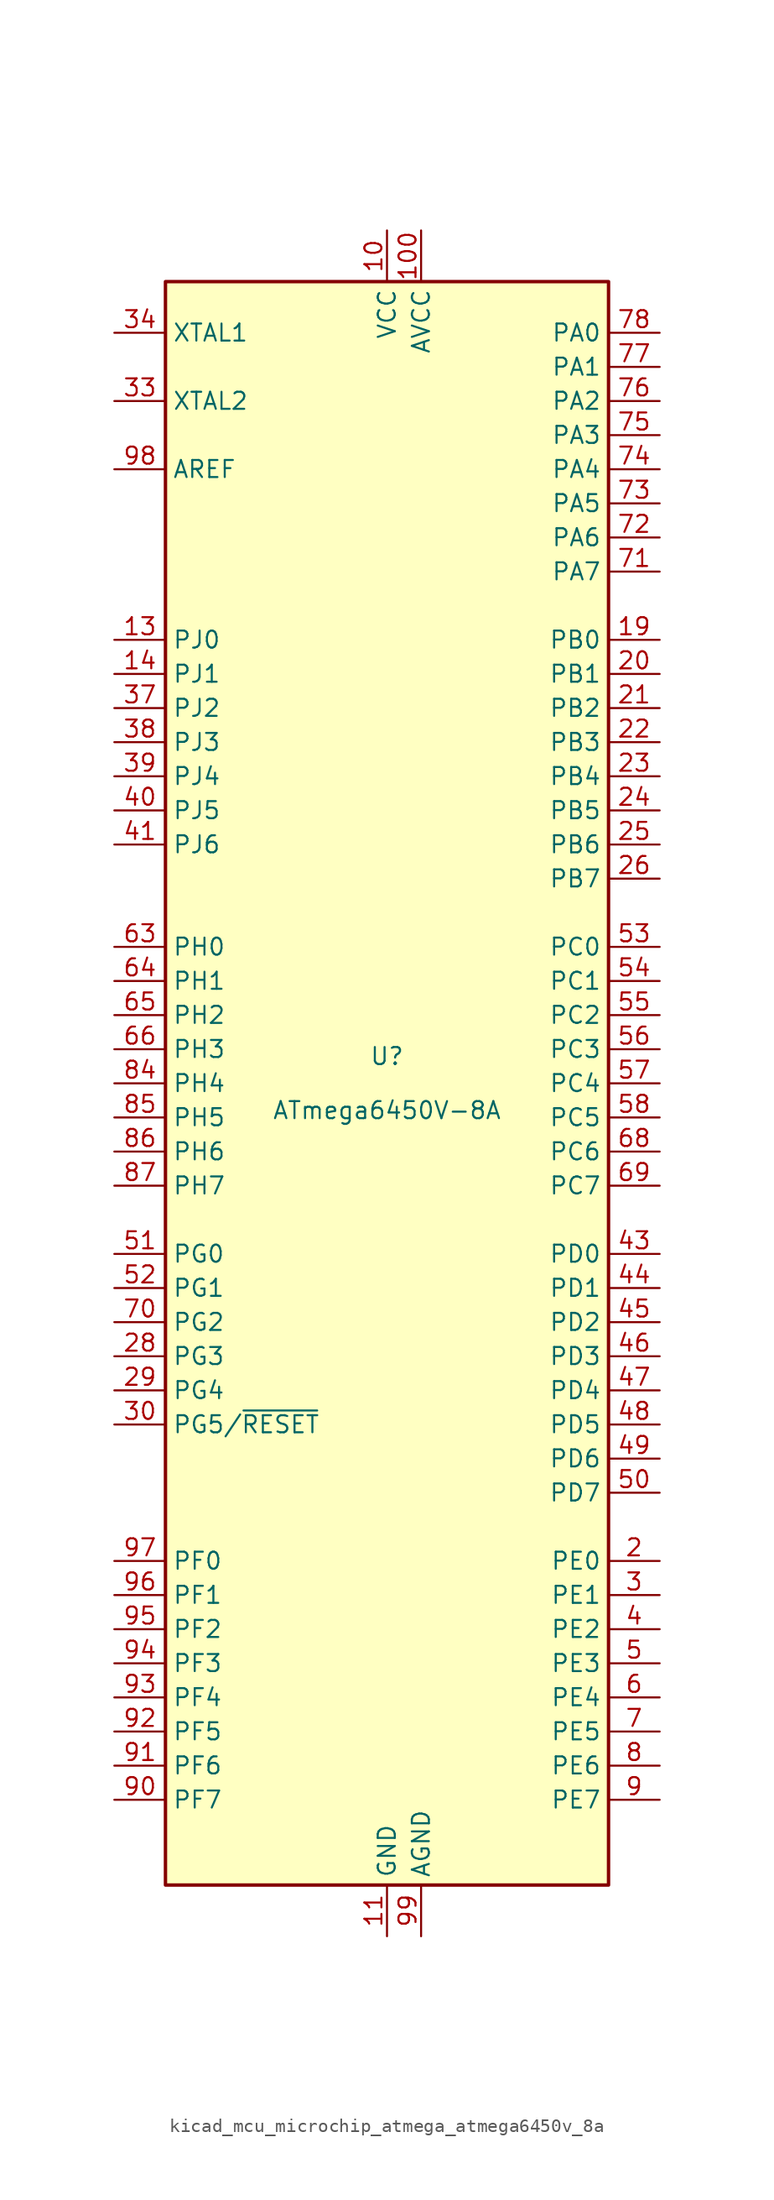
<source format=kicad_sym>
(kicad_symbol_lib
  (version 20220914)
  (generator kicad_symbol_editor)
  (symbol "kicad_mcu_microchip_atmega_atmega6450v_8a"
    (property "Reference" "U"
      (at 0 1.27 0)
      (effects (font (size 1.27 1.27)) (justify bottom)))
    (property "Value" "ATmega6450V-8A"
      (at 0 -1.27 0)
      (effects (font (size 1.27 1.27)) (justify top)))
    (symbol "kicad_mcu_microchip_atmega_atmega6450v_8a_0_1"
      (rectangle (start -16.51 -59.69) (end 16.51 59.69) (stroke (width 0.254) (type default)) (fill (type background))))
    (symbol "kicad_mcu_microchip_atmega_atmega6450v_8a_1_1"
      (pin no_connect line (at -15.24 40.64 0) (length 2.54) hide (name "NC" (effects (font (size 1.27 1.27)))) (number "1" (effects (font (size 1.27 1.27)))))
      (pin power_in line (at 0 63.5 270) (length 3.81) (name "VCC" (effects (font (size 1.27 1.27)))) (number "10" (effects (font (size 1.27 1.27)))))
      (pin power_in line (at 2.54 63.5 270) (length 3.81) (name "AVCC" (effects (font (size 1.27 1.27)))) (number "100" (effects (font (size 1.27 1.27)))))
      (pin power_in line (at 0 -63.5 90) (length 3.81) (name "GND" (effects (font (size 1.27 1.27)))) (number "11" (effects (font (size 1.27 1.27)))))
      (pin no_connect line (at -15.24 38.1 0) (length 2.54) hide (name "NC" (effects (font (size 1.27 1.27)))) (number "12" (effects (font (size 1.27 1.27)))))
      (pin bidirectional line (at -20.32 33.02 0) (length 3.81) (name "PJ0" (effects (font (size 1.27 1.27)))) (number "13" (effects (font (size 1.27 1.27)))))
      (pin bidirectional line (at -20.32 30.48 0) (length 3.81) (name "PJ1" (effects (font (size 1.27 1.27)))) (number "14" (effects (font (size 1.27 1.27)))))
      (pin no_connect line (at -15.24 35.56 0) (length 2.54) hide (name "NC" (effects (font (size 1.27 1.27)))) (number "15" (effects (font (size 1.27 1.27)))))
      (pin no_connect line (at -15.24 15.24 0) (length 2.54) hide (name "NC" (effects (font (size 1.27 1.27)))) (number "16" (effects (font (size 1.27 1.27)))))
      (pin no_connect line (at -15.24 12.7 0) (length 2.54) hide (name "NC" (effects (font (size 1.27 1.27)))) (number "17" (effects (font (size 1.27 1.27)))))
      (pin no_connect line (at -15.24 -10.16 0) (length 2.54) hide (name "NC" (effects (font (size 1.27 1.27)))) (number "18" (effects (font (size 1.27 1.27)))))
      (pin bidirectional line (at 20.32 33.02 180) (length 3.81) (name "PB0" (effects (font (size 1.27 1.27)))) (number "19" (effects (font (size 1.27 1.27)))))
      (pin bidirectional line (at 20.32 -35.56 180) (length 3.81) (name "PE0" (effects (font (size 1.27 1.27)))) (number "2" (effects (font (size 1.27 1.27)))))
      (pin bidirectional line (at 20.32 30.48 180) (length 3.81) (name "PB1" (effects (font (size 1.27 1.27)))) (number "20" (effects (font (size 1.27 1.27)))))
      (pin bidirectional line (at 20.32 27.94 180) (length 3.81) (name "PB2" (effects (font (size 1.27 1.27)))) (number "21" (effects (font (size 1.27 1.27)))))
      (pin bidirectional line (at 20.32 25.4 180) (length 3.81) (name "PB3" (effects (font (size 1.27 1.27)))) (number "22" (effects (font (size 1.27 1.27)))))
      (pin bidirectional line (at 20.32 22.86 180) (length 3.81) (name "PB4" (effects (font (size 1.27 1.27)))) (number "23" (effects (font (size 1.27 1.27)))))
      (pin bidirectional line (at 20.32 20.32 180) (length 3.81) (name "PB5" (effects (font (size 1.27 1.27)))) (number "24" (effects (font (size 1.27 1.27)))))
      (pin bidirectional line (at 20.32 17.78 180) (length 3.81) (name "PB6" (effects (font (size 1.27 1.27)))) (number "25" (effects (font (size 1.27 1.27)))))
      (pin bidirectional line (at 20.32 15.24 180) (length 3.81) (name "PB7" (effects (font (size 1.27 1.27)))) (number "26" (effects (font (size 1.27 1.27)))))
      (pin no_connect line (at -15.24 -27.94 0) (length 2.54) hide (name "NC" (effects (font (size 1.27 1.27)))) (number "27" (effects (font (size 1.27 1.27)))))
      (pin bidirectional line (at -20.32 -20.32 0) (length 3.81) (name "PG3" (effects (font (size 1.27 1.27)))) (number "28" (effects (font (size 1.27 1.27)))))
      (pin bidirectional line (at -20.32 -22.86 0) (length 3.81) (name "PG4" (effects (font (size 1.27 1.27)))) (number "29" (effects (font (size 1.27 1.27)))))
      (pin bidirectional line (at 20.32 -38.1 180) (length 3.81) (name "PE1" (effects (font (size 1.27 1.27)))) (number "3" (effects (font (size 1.27 1.27)))))
      (pin bidirectional line (at -20.32 -25.4 0) (length 3.81) (name "PG5/~{RESET}" (effects (font (size 1.27 1.27)))) (number "30" (effects (font (size 1.27 1.27)))))
      (pin passive line (at 0 63.5 270) (length 3.81) hide (name "VCC" (effects (font (size 1.27 1.27)))) (number "31" (effects (font (size 1.27 1.27)))))
      (pin passive line (at 0 -63.5 90) (length 3.81) hide (name "GND" (effects (font (size 1.27 1.27)))) (number "32" (effects (font (size 1.27 1.27)))))
      (pin output line (at -20.32 50.8 0) (length 3.81) (name "XTAL2" (effects (font (size 1.27 1.27)))) (number "33" (effects (font (size 1.27 1.27)))))
      (pin input line (at -20.32 55.88 0) (length 3.81) (name "XTAL1" (effects (font (size 1.27 1.27)))) (number "34" (effects (font (size 1.27 1.27)))))
      (pin no_connect line (at -15.24 -30.48 0) (length 2.54) hide (name "NC" (effects (font (size 1.27 1.27)))) (number "35" (effects (font (size 1.27 1.27)))))
      (pin no_connect line (at -15.24 -33.02 0) (length 2.54) hide (name "NC" (effects (font (size 1.27 1.27)))) (number "36" (effects (font (size 1.27 1.27)))))
      (pin bidirectional line (at -20.32 27.94 0) (length 3.81) (name "PJ2" (effects (font (size 1.27 1.27)))) (number "37" (effects (font (size 1.27 1.27)))))
      (pin bidirectional line (at -20.32 25.4 0) (length 3.81) (name "PJ3" (effects (font (size 1.27 1.27)))) (number "38" (effects (font (size 1.27 1.27)))))
      (pin bidirectional line (at -20.32 22.86 0) (length 3.81) (name "PJ4" (effects (font (size 1.27 1.27)))) (number "39" (effects (font (size 1.27 1.27)))))
      (pin bidirectional line (at 20.32 -40.64 180) (length 3.81) (name "PE2" (effects (font (size 1.27 1.27)))) (number "4" (effects (font (size 1.27 1.27)))))
      (pin bidirectional line (at -20.32 20.32 0) (length 3.81) (name "PJ5" (effects (font (size 1.27 1.27)))) (number "40" (effects (font (size 1.27 1.27)))))
      (pin bidirectional line (at -20.32 17.78 0) (length 3.81) (name "PJ6" (effects (font (size 1.27 1.27)))) (number "41" (effects (font (size 1.27 1.27)))))
      (pin no_connect line (at -15.24 -58.42 90) (length 2.54) hide (name "NC" (effects (font (size 1.27 1.27)))) (number "42" (effects (font (size 1.27 1.27)))))
      (pin bidirectional line (at 20.32 -12.7 180) (length 3.81) (name "PD0" (effects (font (size 1.27 1.27)))) (number "43" (effects (font (size 1.27 1.27)))))
      (pin bidirectional line (at 20.32 -15.24 180) (length 3.81) (name "PD1" (effects (font (size 1.27 1.27)))) (number "44" (effects (font (size 1.27 1.27)))))
      (pin bidirectional line (at 20.32 -17.78 180) (length 3.81) (name "PD2" (effects (font (size 1.27 1.27)))) (number "45" (effects (font (size 1.27 1.27)))))
      (pin bidirectional line (at 20.32 -20.32 180) (length 3.81) (name "PD3" (effects (font (size 1.27 1.27)))) (number "46" (effects (font (size 1.27 1.27)))))
      (pin bidirectional line (at 20.32 -22.86 180) (length 3.81) (name "PD4" (effects (font (size 1.27 1.27)))) (number "47" (effects (font (size 1.27 1.27)))))
      (pin bidirectional line (at 20.32 -25.4 180) (length 3.81) (name "PD5" (effects (font (size 1.27 1.27)))) (number "48" (effects (font (size 1.27 1.27)))))
      (pin bidirectional line (at 20.32 -27.94 180) (length 3.81) (name "PD6" (effects (font (size 1.27 1.27)))) (number "49" (effects (font (size 1.27 1.27)))))
      (pin bidirectional line (at 20.32 -43.18 180) (length 3.81) (name "PE3" (effects (font (size 1.27 1.27)))) (number "5" (effects (font (size 1.27 1.27)))))
      (pin bidirectional line (at 20.32 -30.48 180) (length 3.81) (name "PD7" (effects (font (size 1.27 1.27)))) (number "50" (effects (font (size 1.27 1.27)))))
      (pin bidirectional line (at -20.32 -12.7 0) (length 3.81) (name "PG0" (effects (font (size 1.27 1.27)))) (number "51" (effects (font (size 1.27 1.27)))))
      (pin bidirectional line (at -20.32 -15.24 0) (length 3.81) (name "PG1" (effects (font (size 1.27 1.27)))) (number "52" (effects (font (size 1.27 1.27)))))
      (pin bidirectional line (at 20.32 10.16 180) (length 3.81) (name "PC0" (effects (font (size 1.27 1.27)))) (number "53" (effects (font (size 1.27 1.27)))))
      (pin bidirectional line (at 20.32 7.62 180) (length 3.81) (name "PC1" (effects (font (size 1.27 1.27)))) (number "54" (effects (font (size 1.27 1.27)))))
      (pin bidirectional line (at 20.32 5.08 180) (length 3.81) (name "PC2" (effects (font (size 1.27 1.27)))) (number "55" (effects (font (size 1.27 1.27)))))
      (pin bidirectional line (at 20.32 2.54 180) (length 3.81) (name "PC3" (effects (font (size 1.27 1.27)))) (number "56" (effects (font (size 1.27 1.27)))))
      (pin bidirectional line (at 20.32 0 180) (length 3.81) (name "PC4" (effects (font (size 1.27 1.27)))) (number "57" (effects (font (size 1.27 1.27)))))
      (pin bidirectional line (at 20.32 -2.54 180) (length 3.81) (name "PC5" (effects (font (size 1.27 1.27)))) (number "58" (effects (font (size 1.27 1.27)))))
      (pin no_connect line (at -12.7 -58.42 90) (length 2.54) hide (name "NC" (effects (font (size 1.27 1.27)))) (number "59" (effects (font (size 1.27 1.27)))))
      (pin bidirectional line (at 20.32 -45.72 180) (length 3.81) (name "PE4" (effects (font (size 1.27 1.27)))) (number "6" (effects (font (size 1.27 1.27)))))
      (pin no_connect line (at -10.16 -58.42 90) (length 2.54) hide (name "NC" (effects (font (size 1.27 1.27)))) (number "60" (effects (font (size 1.27 1.27)))))
      (pin no_connect line (at -7.62 -58.42 90) (length 2.54) hide (name "NC" (effects (font (size 1.27 1.27)))) (number "61" (effects (font (size 1.27 1.27)))))
      (pin no_connect line (at -5.08 -58.42 90) (length 2.54) hide (name "NC" (effects (font (size 1.27 1.27)))) (number "62" (effects (font (size 1.27 1.27)))))
      (pin bidirectional line (at -20.32 10.16 0) (length 3.81) (name "PH0" (effects (font (size 1.27 1.27)))) (number "63" (effects (font (size 1.27 1.27)))))
      (pin bidirectional line (at -20.32 7.62 0) (length 3.81) (name "PH1" (effects (font (size 1.27 1.27)))) (number "64" (effects (font (size 1.27 1.27)))))
      (pin bidirectional line (at -20.32 5.08 0) (length 3.81) (name "PH2" (effects (font (size 1.27 1.27)))) (number "65" (effects (font (size 1.27 1.27)))))
      (pin bidirectional line (at -20.32 2.54 0) (length 3.81) (name "PH3" (effects (font (size 1.27 1.27)))) (number "66" (effects (font (size 1.27 1.27)))))
      (pin no_connect line (at -2.54 -58.42 90) (length 2.54) hide (name "NC" (effects (font (size 1.27 1.27)))) (number "67" (effects (font (size 1.27 1.27)))))
      (pin bidirectional line (at 20.32 -5.08 180) (length 3.81) (name "PC6" (effects (font (size 1.27 1.27)))) (number "68" (effects (font (size 1.27 1.27)))))
      (pin bidirectional line (at 20.32 -7.62 180) (length 3.81) (name "PC7" (effects (font (size 1.27 1.27)))) (number "69" (effects (font (size 1.27 1.27)))))
      (pin bidirectional line (at 20.32 -48.26 180) (length 3.81) (name "PE5" (effects (font (size 1.27 1.27)))) (number "7" (effects (font (size 1.27 1.27)))))
      (pin bidirectional line (at -20.32 -17.78 0) (length 3.81) (name "PG2" (effects (font (size 1.27 1.27)))) (number "70" (effects (font (size 1.27 1.27)))))
      (pin bidirectional line (at 20.32 38.1 180) (length 3.81) (name "PA7" (effects (font (size 1.27 1.27)))) (number "71" (effects (font (size 1.27 1.27)))))
      (pin bidirectional line (at 20.32 40.64 180) (length 3.81) (name "PA6" (effects (font (size 1.27 1.27)))) (number "72" (effects (font (size 1.27 1.27)))))
      (pin bidirectional line (at 20.32 43.18 180) (length 3.81) (name "PA5" (effects (font (size 1.27 1.27)))) (number "73" (effects (font (size 1.27 1.27)))))
      (pin bidirectional line (at 20.32 45.72 180) (length 3.81) (name "PA4" (effects (font (size 1.27 1.27)))) (number "74" (effects (font (size 1.27 1.27)))))
      (pin bidirectional line (at 20.32 48.26 180) (length 3.81) (name "PA3" (effects (font (size 1.27 1.27)))) (number "75" (effects (font (size 1.27 1.27)))))
      (pin bidirectional line (at 20.32 50.8 180) (length 3.81) (name "PA2" (effects (font (size 1.27 1.27)))) (number "76" (effects (font (size 1.27 1.27)))))
      (pin bidirectional line (at 20.32 53.34 180) (length 3.81) (name "PA1" (effects (font (size 1.27 1.27)))) (number "77" (effects (font (size 1.27 1.27)))))
      (pin bidirectional line (at 20.32 55.88 180) (length 3.81) (name "PA0" (effects (font (size 1.27 1.27)))) (number "78" (effects (font (size 1.27 1.27)))))
      (pin no_connect line (at 5.08 -58.42 90) (length 2.54) hide (name "NC" (effects (font (size 1.27 1.27)))) (number "79" (effects (font (size 1.27 1.27)))))
      (pin bidirectional line (at 20.32 -50.8 180) (length 3.81) (name "PE6" (effects (font (size 1.27 1.27)))) (number "8" (effects (font (size 1.27 1.27)))))
      (pin passive line (at 0 63.5 270) (length 3.81) hide (name "VCC" (effects (font (size 1.27 1.27)))) (number "80" (effects (font (size 1.27 1.27)))))
      (pin passive line (at 0 -63.5 90) (length 3.81) hide (name "GND" (effects (font (size 1.27 1.27)))) (number "81" (effects (font (size 1.27 1.27)))))
      (pin no_connect line (at 7.62 -58.42 90) (length 2.54) hide (name "NC" (effects (font (size 1.27 1.27)))) (number "82" (effects (font (size 1.27 1.27)))))
      (pin no_connect line (at 10.16 -58.42 90) (length 2.54) hide (name "NC" (effects (font (size 1.27 1.27)))) (number "83" (effects (font (size 1.27 1.27)))))
      (pin bidirectional line (at -20.32 0 0) (length 3.81) (name "PH4" (effects (font (size 1.27 1.27)))) (number "84" (effects (font (size 1.27 1.27)))))
      (pin bidirectional line (at -20.32 -2.54 0) (length 3.81) (name "PH5" (effects (font (size 1.27 1.27)))) (number "85" (effects (font (size 1.27 1.27)))))
      (pin bidirectional line (at -20.32 -5.08 0) (length 3.81) (name "PH6" (effects (font (size 1.27 1.27)))) (number "86" (effects (font (size 1.27 1.27)))))
      (pin bidirectional line (at -20.32 -7.62 0) (length 3.81) (name "PH7" (effects (font (size 1.27 1.27)))) (number "87" (effects (font (size 1.27 1.27)))))
      (pin no_connect line (at 12.7 -58.42 90) (length 2.54) hide (name "NC" (effects (font (size 1.27 1.27)))) (number "88" (effects (font (size 1.27 1.27)))))
      (pin no_connect line (at 15.24 -58.42 90) (length 2.54) hide (name "NC" (effects (font (size 1.27 1.27)))) (number "89" (effects (font (size 1.27 1.27)))))
      (pin bidirectional line (at 20.32 -53.34 180) (length 3.81) (name "PE7" (effects (font (size 1.27 1.27)))) (number "9" (effects (font (size 1.27 1.27)))))
      (pin bidirectional line (at -20.32 -53.34 0) (length 3.81) (name "PF7" (effects (font (size 1.27 1.27)))) (number "90" (effects (font (size 1.27 1.27)))))
      (pin bidirectional line (at -20.32 -50.8 0) (length 3.81) (name "PF6" (effects (font (size 1.27 1.27)))) (number "91" (effects (font (size 1.27 1.27)))))
      (pin bidirectional line (at -20.32 -48.26 0) (length 3.81) (name "PF5" (effects (font (size 1.27 1.27)))) (number "92" (effects (font (size 1.27 1.27)))))
      (pin bidirectional line (at -20.32 -45.72 0) (length 3.81) (name "PF4" (effects (font (size 1.27 1.27)))) (number "93" (effects (font (size 1.27 1.27)))))
      (pin bidirectional line (at -20.32 -43.18 0) (length 3.81) (name "PF3" (effects (font (size 1.27 1.27)))) (number "94" (effects (font (size 1.27 1.27)))))
      (pin bidirectional line (at -20.32 -40.64 0) (length 3.81) (name "PF2" (effects (font (size 1.27 1.27)))) (number "95" (effects (font (size 1.27 1.27)))))
      (pin bidirectional line (at -20.32 -38.1 0) (length 3.81) (name "PF1" (effects (font (size 1.27 1.27)))) (number "96" (effects (font (size 1.27 1.27)))))
      (pin bidirectional line (at -20.32 -35.56 0) (length 3.81) (name "PF0" (effects (font (size 1.27 1.27)))) (number "97" (effects (font (size 1.27 1.27)))))
      (pin passive line (at -20.32 45.72 0) (length 3.81) (name "AREF" (effects (font (size 1.27 1.27)))) (number "98" (effects (font (size 1.27 1.27)))))
      (pin power_in line (at 2.54 -63.5 90) (length 3.81) (name "AGND" (effects (font (size 1.27 1.27)))) (number "99" (effects (font (size 1.27 1.27))))))))
</source>
